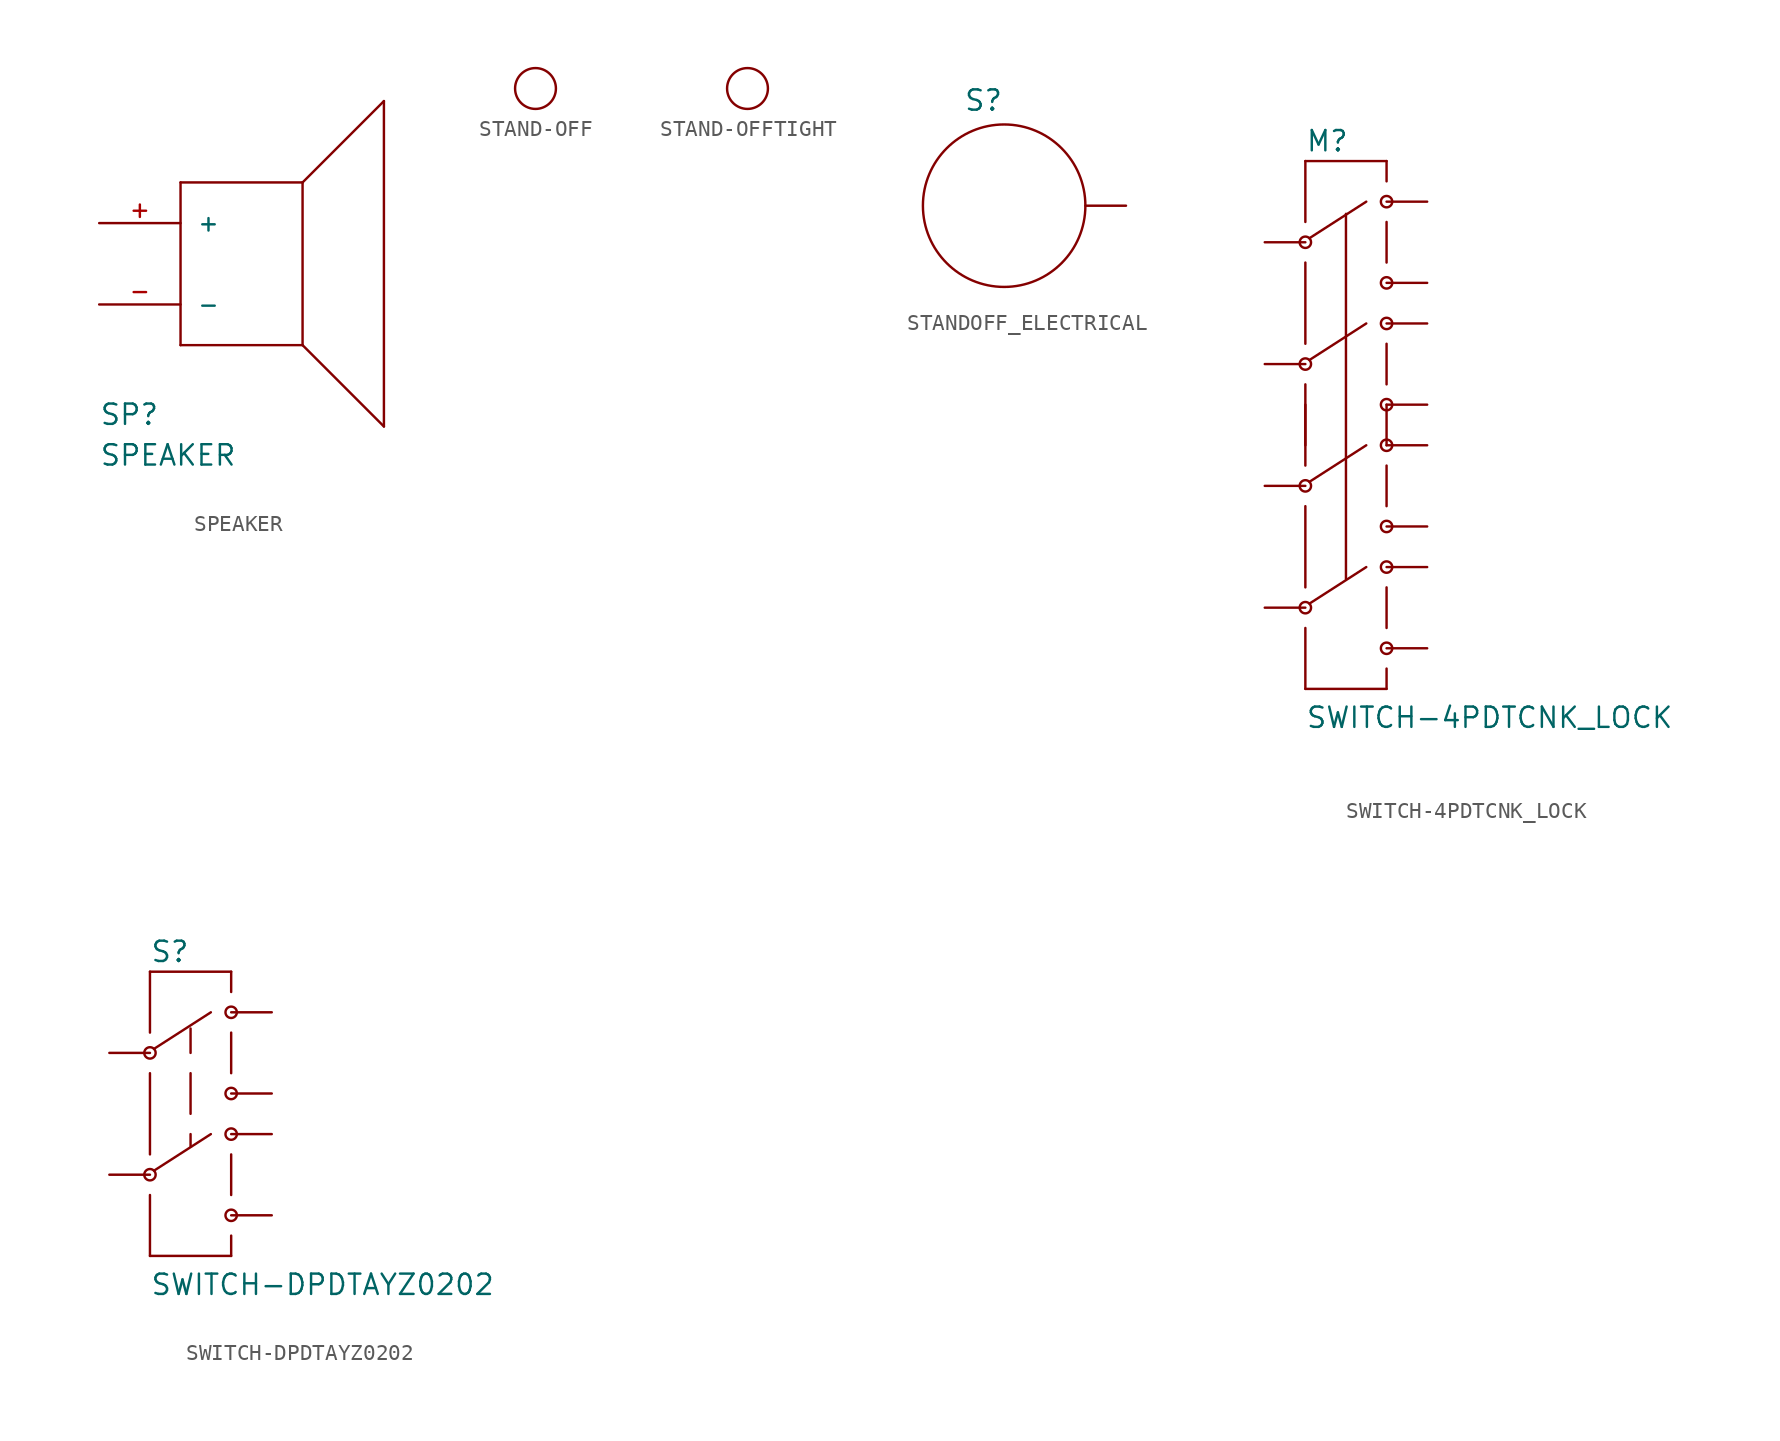
<source format=kicad_sym>
(kicad_symbol_lib
  (version 20220914)
  (generator kicad_symbol_editor)
  (symbol "SPEAKER"
    (pin_names
      (offset 1.016))
    (property "Reference" "SP"
      (at -10.16 -10.16 0)
      (effects (font (size 1.27 1.27)) (justify left bottom)))
    (property "Value" "SPEAKER"
      (at -10.16 -12.7 0)
      (effects (font (size 1.27 1.27)) (justify left bottom)))
    (property "ki_locked" ""
      (at 0 0 0)
      (effects (font (size 1.27 1.27))))
    (symbol "SPEAKER_1_0"
      (polyline (pts (xy -5.08 -5.08) (xy 2.54 -5.08)) (stroke (width 0) (type solid)) (fill (type none)))
      (polyline (pts (xy -5.08 5.08) (xy -5.08 -5.08)) (stroke (width 0) (type solid)) (fill (type none)))
      (polyline (pts (xy 2.54 -5.08) (xy 2.54 5.08)) (stroke (width 0) (type solid)) (fill (type none)))
      (polyline (pts (xy 2.54 5.08) (xy -5.08 5.08)) (stroke (width 0) (type solid)) (fill (type none)))
      (polyline (pts (xy 2.54 5.08) (xy 7.62 10.16)) (stroke (width 0) (type solid)) (fill (type none)))
      (polyline (pts (xy 7.62 -10.16) (xy 2.54 -5.08)) (stroke (width 0) (type solid)) (fill (type none)))
      (polyline (pts (xy 7.62 10.16) (xy 7.62 -10.16)) (stroke (width 0) (type solid)) (fill (type none))))
    (symbol "SPEAKER_1_1"
      (pin bidirectional line (at -10.16 2.54 0) (length 5.08) (name "+" (effects (font (size 1.016 1.016)))) (number "+" (effects (font (size 1.016 1.016)))))
      (pin bidirectional line (at -10.16 -2.54 0) (length 5.08) (name "-" (effects (font (size 1.016 1.016)))) (number "-" (effects (font (size 1.016 1.016)))))))
  (symbol "STAND-OFF"
    (pin_numbers hide)
    (pin_names
      (offset 1.016) hide)
    (property "Reference" "H"
      (at 0 0 0)
      (effects (font (size 1.27 1.27)) hide))
    (property "ki_locked" ""
      (at 0 0 0)
      (effects (font (size 1.27 1.27))))
    (symbol "STAND-OFF_1_1"
      (circle (center 0 0) (radius 1.27) (stroke (width 0) (type solid)) (fill (type none)))))
  (symbol "STAND-OFFTIGHT"
    (pin_numbers hide)
    (pin_names
      (offset 1.016) hide)
    (property "Reference" "H"
      (at 0 0 0)
      (effects (font (size 1.27 1.27)) hide))
    (property "ki_locked" ""
      (at 0 0 0)
      (effects (font (size 1.27 1.27))))
    (symbol "STAND-OFFTIGHT_1_1"
      (circle (center 0 0) (radius 1.27) (stroke (width 0) (type solid)) (fill (type none)))))
  (symbol "STANDOFF_ELECTRICAL"
    (pin_numbers hide)
    (pin_names
      (offset 1.016) hide)
    (property "Reference" "S"
      (at -2.54 5.842 0)
      (effects (font (size 1.27 1.27)) (justify left bottom)))
    (property "ki_locked" ""
      (at 0 0 0)
      (effects (font (size 1.27 1.27))))
    (symbol "STANDOFF_ELECTRICAL_1_1"
      (circle (center 0 0) (radius 5.08) (stroke (width 0) (type solid)) (fill (type none)))
      (pin bidirectional line (at 7.62 0 180) (length 2.54) (name "P$1" (effects (font (size 1.016 1.016)))) (number "P1" (effects (font (size 1.016 1.016)))))))
  (symbol "SWITCH-4PDTCNK_LOCK"
    (pin_numbers hide)
    (pin_names
      (offset 1.016) hide)
    (property "Reference" "M"
      (at -2.54 18.288 0)
      (effects (font (size 1.27 1.27)) (justify left bottom)))
    (property "Value" "SWITCH-4PDTCNK_LOCK"
      (at -2.54 -17.78 0)
      (effects (font (size 1.27 1.27)) (justify left bottom)))
    (property "ki_locked" ""
      (at 0 0 0)
      (effects (font (size 1.27 1.27))))
    (symbol "SWITCH-4PDTCNK_LOCK_1_0"
      (polyline (pts (xy -2.54 -15.24) (xy 2.54 -15.24)) (stroke (width 0) (type solid)) (fill (type none)))
      (polyline (pts (xy -2.54 -11.43) (xy -2.54 -15.24)) (stroke (width 0) (type solid)) (fill (type none)))
      (polyline (pts (xy -2.54 -3.81) (xy -2.54 -8.89)) (stroke (width 0) (type solid)) (fill (type none)))
      (polyline (pts (xy -2.54 2.54) (xy -2.54 -1.27)) (stroke (width 0) (type solid)) (fill (type none)))
      (polyline (pts (xy -2.54 3.81) (xy -2.54 0)) (stroke (width 0) (type solid)) (fill (type none)))
      (polyline (pts (xy -2.54 11.43) (xy -2.54 6.35)) (stroke (width 0) (type solid)) (fill (type none)))
      (polyline (pts (xy -2.54 17.78) (xy -2.54 13.97)) (stroke (width 0) (type solid)) (fill (type none)))
      (polyline (pts (xy -2.286 -9.906) (xy 1.27 -7.62)) (stroke (width 0) (type solid)) (fill (type none)))
      (polyline (pts (xy -2.286 5.334) (xy 1.27 7.62)) (stroke (width 0) (type solid)) (fill (type none)))
      (polyline (pts (xy 0 14.478) (xy 0 -8.382)) (stroke (width 0) (type solid)) (fill (type none)))
      (polyline (pts (xy 1.27 0) (xy -2.286 -2.286)) (stroke (width 0) (type solid)) (fill (type none)))
      (polyline (pts (xy 1.27 15.24) (xy -2.286 12.954)) (stroke (width 0) (type solid)) (fill (type none)))
      (polyline (pts (xy 2.54 -15.24) (xy 2.54 -13.97)) (stroke (width 0) (type solid)) (fill (type none)))
      (polyline (pts (xy 2.54 -11.43) (xy 2.54 -8.89)) (stroke (width 0) (type solid)) (fill (type none)))
      (polyline (pts (xy 2.54 -1.27) (xy 2.54 -3.81)) (stroke (width 0) (type solid)) (fill (type none)))
      (polyline (pts (xy 2.54 0) (xy 2.54 2.54)) (stroke (width 0) (type solid)) (fill (type none)))
      (polyline (pts (xy 2.54 3.81) (xy 2.54 6.35)) (stroke (width 0) (type solid)) (fill (type none)))
      (polyline (pts (xy 2.54 13.97) (xy 2.54 11.43)) (stroke (width 0) (type solid)) (fill (type none)))
      (polyline (pts (xy 2.54 16.51) (xy 2.54 17.78)) (stroke (width 0) (type solid)) (fill (type none)))
      (polyline (pts (xy 2.54 17.78) (xy -2.54 17.78)) (stroke (width 0) (type solid)) (fill (type none))))
    (symbol "SWITCH-4PDTCNK_LOCK_1_1"
      (circle (center -2.54 -10.16) (radius 0.356) (stroke (width 0) (type solid)) (fill (type none)))
      (circle (center -2.54 -2.54) (radius 0.356) (stroke (width 0) (type solid)) (fill (type none)))
      (circle (center -2.54 5.08) (radius 0.356) (stroke (width 0) (type solid)) (fill (type none)))
      (circle (center -2.54 12.7) (radius 0.356) (stroke (width 0) (type solid)) (fill (type none)))
      (circle (center 2.54 -12.7) (radius 0.356) (stroke (width 0) (type solid)) (fill (type none)))
      (circle (center 2.54 -7.62) (radius 0.356) (stroke (width 0) (type solid)) (fill (type none)))
      (circle (center 2.54 -5.08) (radius 0.356) (stroke (width 0) (type solid)) (fill (type none)))
      (circle (center 2.54 0) (radius 0.356) (stroke (width 0) (type solid)) (fill (type none)))
      (circle (center 2.54 2.54) (radius 0.356) (stroke (width 0) (type solid)) (fill (type none)))
      (circle (center 2.54 7.62) (radius 0.356) (stroke (width 0) (type solid)) (fill (type none)))
      (circle (center 2.54 10.16) (radius 0.356) (stroke (width 0) (type solid)) (fill (type none)))
      (circle (center 2.54 15.24) (radius 0.356) (stroke (width 0) (type solid)) (fill (type none)))
      (pin bidirectional line (at 5.08 15.24 180) (length 2.54) (name "1" (effects (font (size 1.016 1.016)))) (number "PP$1" (effects (font (size 1.016 1.016)))))
      (pin bidirectional line (at 5.08 -7.62 180) (length 2.54) (name "10" (effects (font (size 1.016 1.016)))) (number "PP$10" (effects (font (size 1.016 1.016)))))
      (pin bidirectional line (at -5.08 -10.16 0) (length 2.54) (name "11" (effects (font (size 1.016 1.016)))) (number "PP$11" (effects (font (size 1.016 1.016)))))
      (pin bidirectional line (at 5.08 -12.7 180) (length 2.54) (name "12" (effects (font (size 1.016 1.016)))) (number "PP$12" (effects (font (size 1.016 1.016)))))
      (pin bidirectional line (at -5.08 12.7 0) (length 2.54) (name "2" (effects (font (size 1.016 1.016)))) (number "PP$2" (effects (font (size 1.016 1.016)))))
      (pin bidirectional line (at 5.08 10.16 180) (length 2.54) (name "3" (effects (font (size 1.016 1.016)))) (number "PP$3" (effects (font (size 1.016 1.016)))))
      (pin bidirectional line (at 5.08 7.62 180) (length 2.54) (name "4" (effects (font (size 1.016 1.016)))) (number "PP$4" (effects (font (size 1.016 1.016)))))
      (pin bidirectional line (at -5.08 5.08 0) (length 2.54) (name "5" (effects (font (size 1.016 1.016)))) (number "PP$5" (effects (font (size 1.016 1.016)))))
      (pin bidirectional line (at 5.08 2.54 180) (length 2.54) (name "6" (effects (font (size 1.016 1.016)))) (number "PP$6" (effects (font (size 1.016 1.016)))))
      (pin bidirectional line (at 5.08 0 180) (length 2.54) (name "7" (effects (font (size 1.016 1.016)))) (number "PP$7" (effects (font (size 1.016 1.016)))))
      (pin bidirectional line (at -5.08 -2.54 0) (length 2.54) (name "8" (effects (font (size 1.016 1.016)))) (number "PP$8" (effects (font (size 1.016 1.016)))))
      (pin bidirectional line (at 5.08 -5.08 180) (length 2.54) (name "9" (effects (font (size 1.016 1.016)))) (number "PP$9" (effects (font (size 1.016 1.016)))))))
  (symbol "SWITCH-DPDTAYZ0202"
    (pin_numbers hide)
    (pin_names
      (offset 1.016) hide)
    (property "Reference" "S"
      (at -2.54 8.128 0)
      (effects (font (size 1.27 1.27)) (justify left bottom)))
    (property "Value" "SWITCH-DPDTAYZ0202"
      (at -2.54 -12.7 0)
      (effects (font (size 1.27 1.27)) (justify left bottom)))
    (property "ki_locked" ""
      (at 0 0 0)
      (effects (font (size 1.27 1.27))))
    (symbol "SWITCH-DPDTAYZ0202_1_0"
      (polyline (pts (xy -2.54 -10.16) (xy 2.54 -10.16)) (stroke (width 0) (type solid)) (fill (type none)))
      (polyline (pts (xy -2.54 -6.35) (xy -2.54 -10.16)) (stroke (width 0) (type solid)) (fill (type none)))
      (polyline (pts (xy -2.54 1.27) (xy -2.54 -3.81)) (stroke (width 0) (type solid)) (fill (type none)))
      (polyline (pts (xy -2.54 7.62) (xy -2.54 3.81)) (stroke (width 0) (type solid)) (fill (type none)))
      (polyline (pts (xy -2.286 -4.826) (xy 1.27 -2.54)) (stroke (width 0) (type solid)) (fill (type none)))
      (polyline (pts (xy 0 -2.54) (xy 0 -3.302)) (stroke (width 0) (type solid)) (fill (type none)))
      (polyline (pts (xy 0 1.27) (xy 0 -1.27)) (stroke (width 0) (type solid)) (fill (type none)))
      (polyline (pts (xy 0 4.064) (xy 0 2.54)) (stroke (width 0) (type solid)) (fill (type none)))
      (polyline (pts (xy 1.27 5.08) (xy -2.286 2.794)) (stroke (width 0) (type solid)) (fill (type none)))
      (polyline (pts (xy 2.54 -10.16) (xy 2.54 -8.89)) (stroke (width 0) (type solid)) (fill (type none)))
      (polyline (pts (xy 2.54 -6.35) (xy 2.54 -3.81)) (stroke (width 0) (type solid)) (fill (type none)))
      (polyline (pts (xy 2.54 3.81) (xy 2.54 1.27)) (stroke (width 0) (type solid)) (fill (type none)))
      (polyline (pts (xy 2.54 6.35) (xy 2.54 7.62)) (stroke (width 0) (type solid)) (fill (type none)))
      (polyline (pts (xy 2.54 7.62) (xy -2.54 7.62)) (stroke (width 0) (type solid)) (fill (type none))))
    (symbol "SWITCH-DPDTAYZ0202_1_1"
      (circle (center -2.54 -5.08) (radius 0.356) (stroke (width 0) (type solid)) (fill (type none)))
      (circle (center -2.54 2.54) (radius 0.356) (stroke (width 0) (type solid)) (fill (type none)))
      (circle (center 2.54 -7.62) (radius 0.356) (stroke (width 0) (type solid)) (fill (type none)))
      (circle (center 2.54 -2.54) (radius 0.356) (stroke (width 0) (type solid)) (fill (type none)))
      (circle (center 2.54 0) (radius 0.356) (stroke (width 0) (type solid)) (fill (type none)))
      (circle (center 2.54 5.08) (radius 0.356) (stroke (width 0) (type solid)) (fill (type none)))
      (pin bidirectional line (at 5.08 5.08 180) (length 2.54) (name "1" (effects (font (size 1.016 1.016)))) (number "1" (effects (font (size 1.016 1.016)))))
      (pin bidirectional line (at -5.08 2.54 0) (length 2.54) (name "2" (effects (font (size 1.016 1.016)))) (number "2" (effects (font (size 1.016 1.016)))))
      (pin bidirectional line (at 5.08 0 180) (length 2.54) (name "3" (effects (font (size 1.016 1.016)))) (number "3" (effects (font (size 1.016 1.016)))))
      (pin bidirectional line (at 5.08 -2.54 180) (length 2.54) (name "4" (effects (font (size 1.016 1.016)))) (number "4" (effects (font (size 1.016 1.016)))))
      (pin bidirectional line (at -5.08 -5.08 0) (length 2.54) (name "5" (effects (font (size 1.016 1.016)))) (number "5" (effects (font (size 1.016 1.016)))))
      (pin bidirectional line (at 5.08 -7.62 180) (length 2.54) (name "6" (effects (font (size 1.016 1.016)))) (number "6" (effects (font (size 1.016 1.016))))))))
</source>
